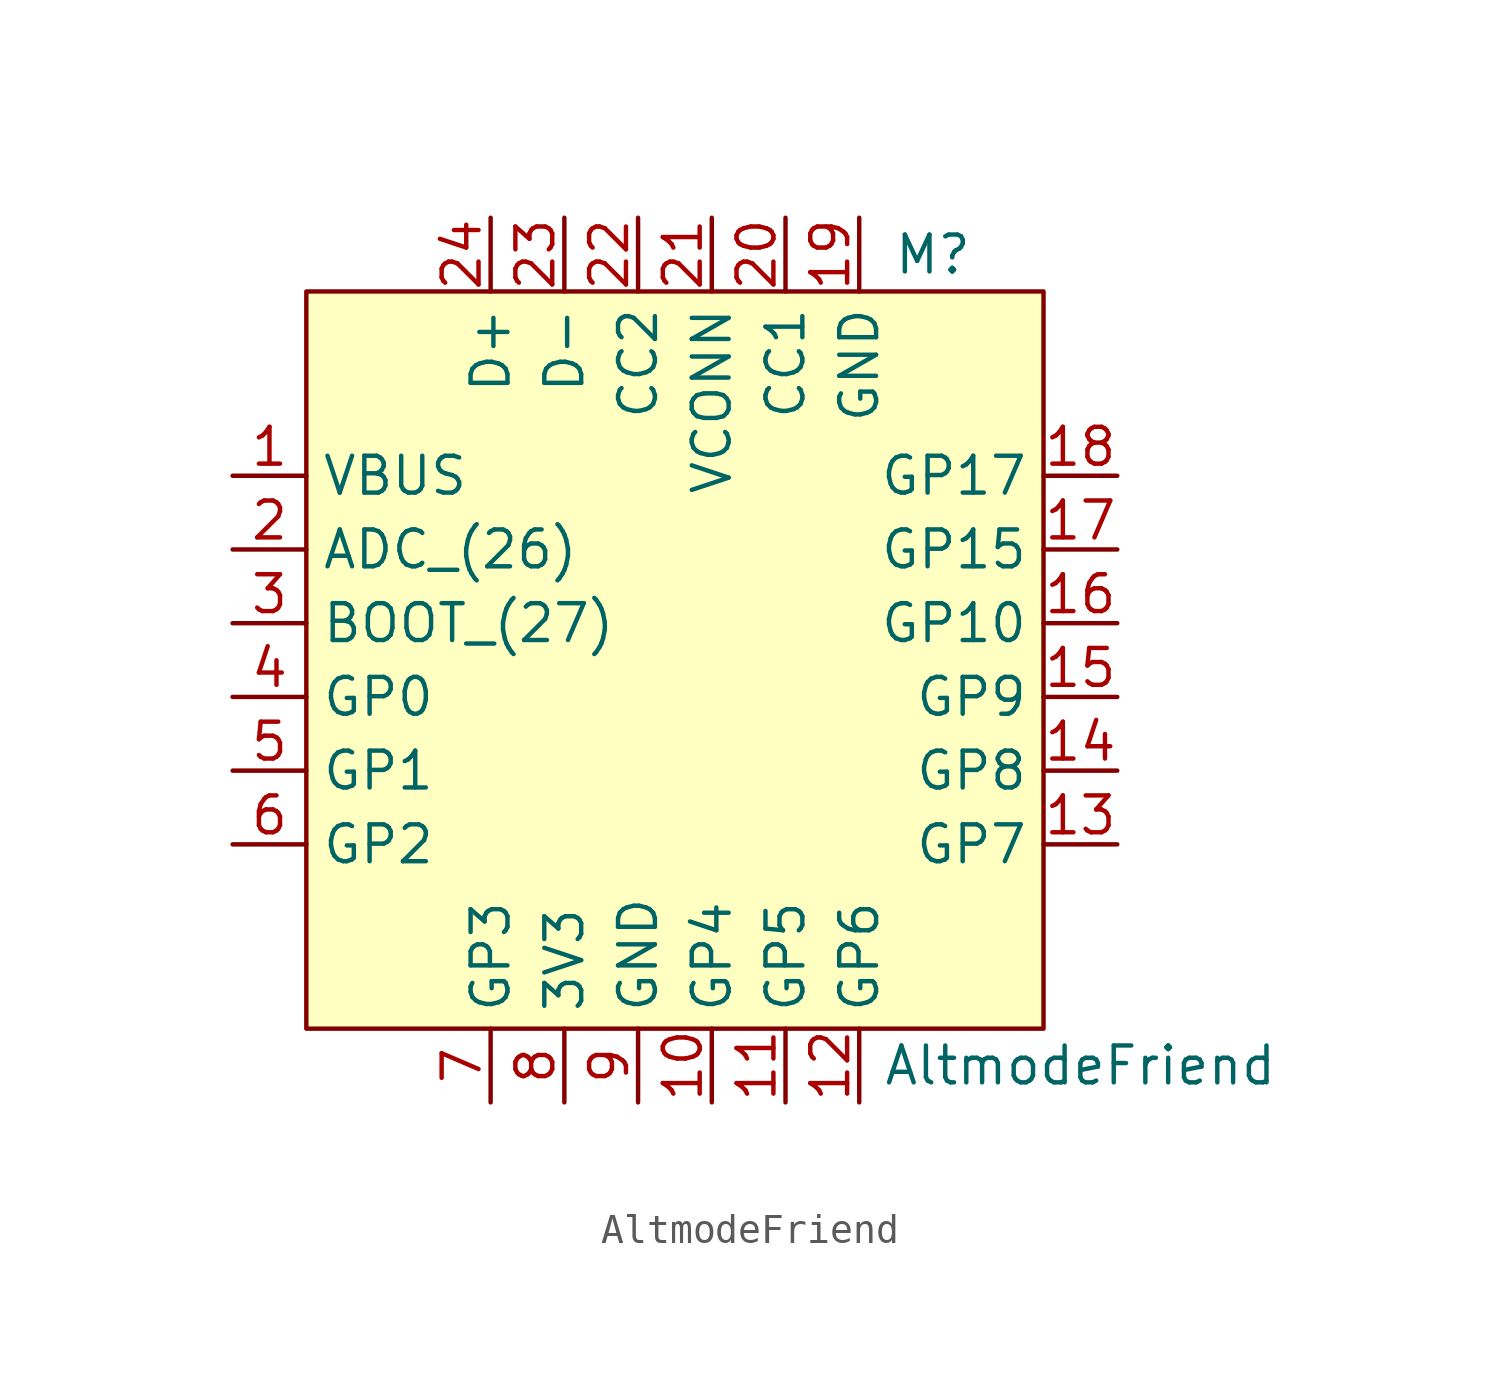
<source format=kicad_sym>
(kicad_symbol_lib
  (version 20211014)
  (generator kicad_symbol_editor)
  (symbol "AltmodeFriend"
    (property "Reference" "M"
      (at 8.89 13.97 0)
      (effects (font (size 1.27 1.27))))
    (property "Value" "AltmodeFriend"
      (at 13.97 -13.97 0)
      (effects (font (size 1.27 1.27))))
    (symbol "AltmodeFriend_0_1"
      (rectangle (start -12.7 12.7) (end 12.7 -12.7) (stroke (width 0.152) (type default) (color 0 0 0 0)) (fill (type background))))
    (symbol "AltmodeFriend_1_1"
      (pin input line (at -15.24 6.35 0) (length 2.54) (name "VBUS" (effects (font (size 1.27 1.27)))) (number "1" (effects (font (size 1.27 1.27)))))
      (pin input line (at 1.27 -15.24 90) (length 2.54) (name "GP4" (effects (font (size 1.27 1.27)))) (number "10" (effects (font (size 1.27 1.27)))))
      (pin input line (at 3.81 -15.24 90) (length 2.54) (name "GP5" (effects (font (size 1.27 1.27)))) (number "11" (effects (font (size 1.27 1.27)))))
      (pin input line (at 6.35 -15.24 90) (length 2.54) (name "GP6" (effects (font (size 1.27 1.27)))) (number "12" (effects (font (size 1.27 1.27)))))
      (pin input line (at 15.24 -6.35 180) (length 2.54) (name "GP7" (effects (font (size 1.27 1.27)))) (number "13" (effects (font (size 1.27 1.27)))))
      (pin input line (at 15.24 -3.81 180) (length 2.54) (name "GP8" (effects (font (size 1.27 1.27)))) (number "14" (effects (font (size 1.27 1.27)))))
      (pin input line (at 15.24 -1.27 180) (length 2.54) (name "GP9" (effects (font (size 1.27 1.27)))) (number "15" (effects (font (size 1.27 1.27)))))
      (pin input line (at 15.24 1.27 180) (length 2.54) (name "GP10" (effects (font (size 1.27 1.27)))) (number "16" (effects (font (size 1.27 1.27)))))
      (pin input line (at 15.24 3.81 180) (length 2.54) (name "GP15" (effects (font (size 1.27 1.27)))) (number "17" (effects (font (size 1.27 1.27)))))
      (pin input line (at 15.24 6.35 180) (length 2.54) (name "GP17" (effects (font (size 1.27 1.27)))) (number "18" (effects (font (size 1.27 1.27)))))
      (pin input line (at 6.35 15.24 270) (length 2.54) (name "GND" (effects (font (size 1.27 1.27)))) (number "19" (effects (font (size 1.27 1.27)))))
      (pin input line (at -15.24 3.81 0) (length 2.54) (name "ADC_(26)" (effects (font (size 1.27 1.27)))) (number "2" (effects (font (size 1.27 1.27)))))
      (pin input line (at 3.81 15.24 270) (length 2.54) (name "CC1" (effects (font (size 1.27 1.27)))) (number "20" (effects (font (size 1.27 1.27)))))
      (pin input line (at 1.27 15.24 270) (length 2.54) (name "VCONN" (effects (font (size 1.27 1.27)))) (number "21" (effects (font (size 1.27 1.27)))))
      (pin input line (at -1.27 15.24 270) (length 2.54) (name "CC2" (effects (font (size 1.27 1.27)))) (number "22" (effects (font (size 1.27 1.27)))))
      (pin input line (at -3.81 15.24 270) (length 2.54) (name "D-" (effects (font (size 1.27 1.27)))) (number "23" (effects (font (size 1.27 1.27)))))
      (pin input line (at -6.35 15.24 270) (length 2.54) (name "D+" (effects (font (size 1.27 1.27)))) (number "24" (effects (font (size 1.27 1.27)))))
      (pin input line (at -15.24 1.27 0) (length 2.54) (name "BOOT_(27)" (effects (font (size 1.27 1.27)))) (number "3" (effects (font (size 1.27 1.27)))))
      (pin input line (at -15.24 -1.27 0) (length 2.54) (name "GP0" (effects (font (size 1.27 1.27)))) (number "4" (effects (font (size 1.27 1.27)))))
      (pin input line (at -15.24 -3.81 0) (length 2.54) (name "GP1" (effects (font (size 1.27 1.27)))) (number "5" (effects (font (size 1.27 1.27)))))
      (pin input line (at -15.24 -6.35 0) (length 2.54) (name "GP2" (effects (font (size 1.27 1.27)))) (number "6" (effects (font (size 1.27 1.27)))))
      (pin input line (at -6.35 -15.24 90) (length 2.54) (name "GP3" (effects (font (size 1.27 1.27)))) (number "7" (effects (font (size 1.27 1.27)))))
      (pin input line (at -3.81 -15.24 90) (length 2.54) (name "3V3" (effects (font (size 1.27 1.27)))) (number "8" (effects (font (size 1.27 1.27)))))
      (pin input line (at -1.27 -15.24 90) (length 2.54) (name "GND" (effects (font (size 1.27 1.27)))) (number "9" (effects (font (size 1.27 1.27))))))))
</source>
